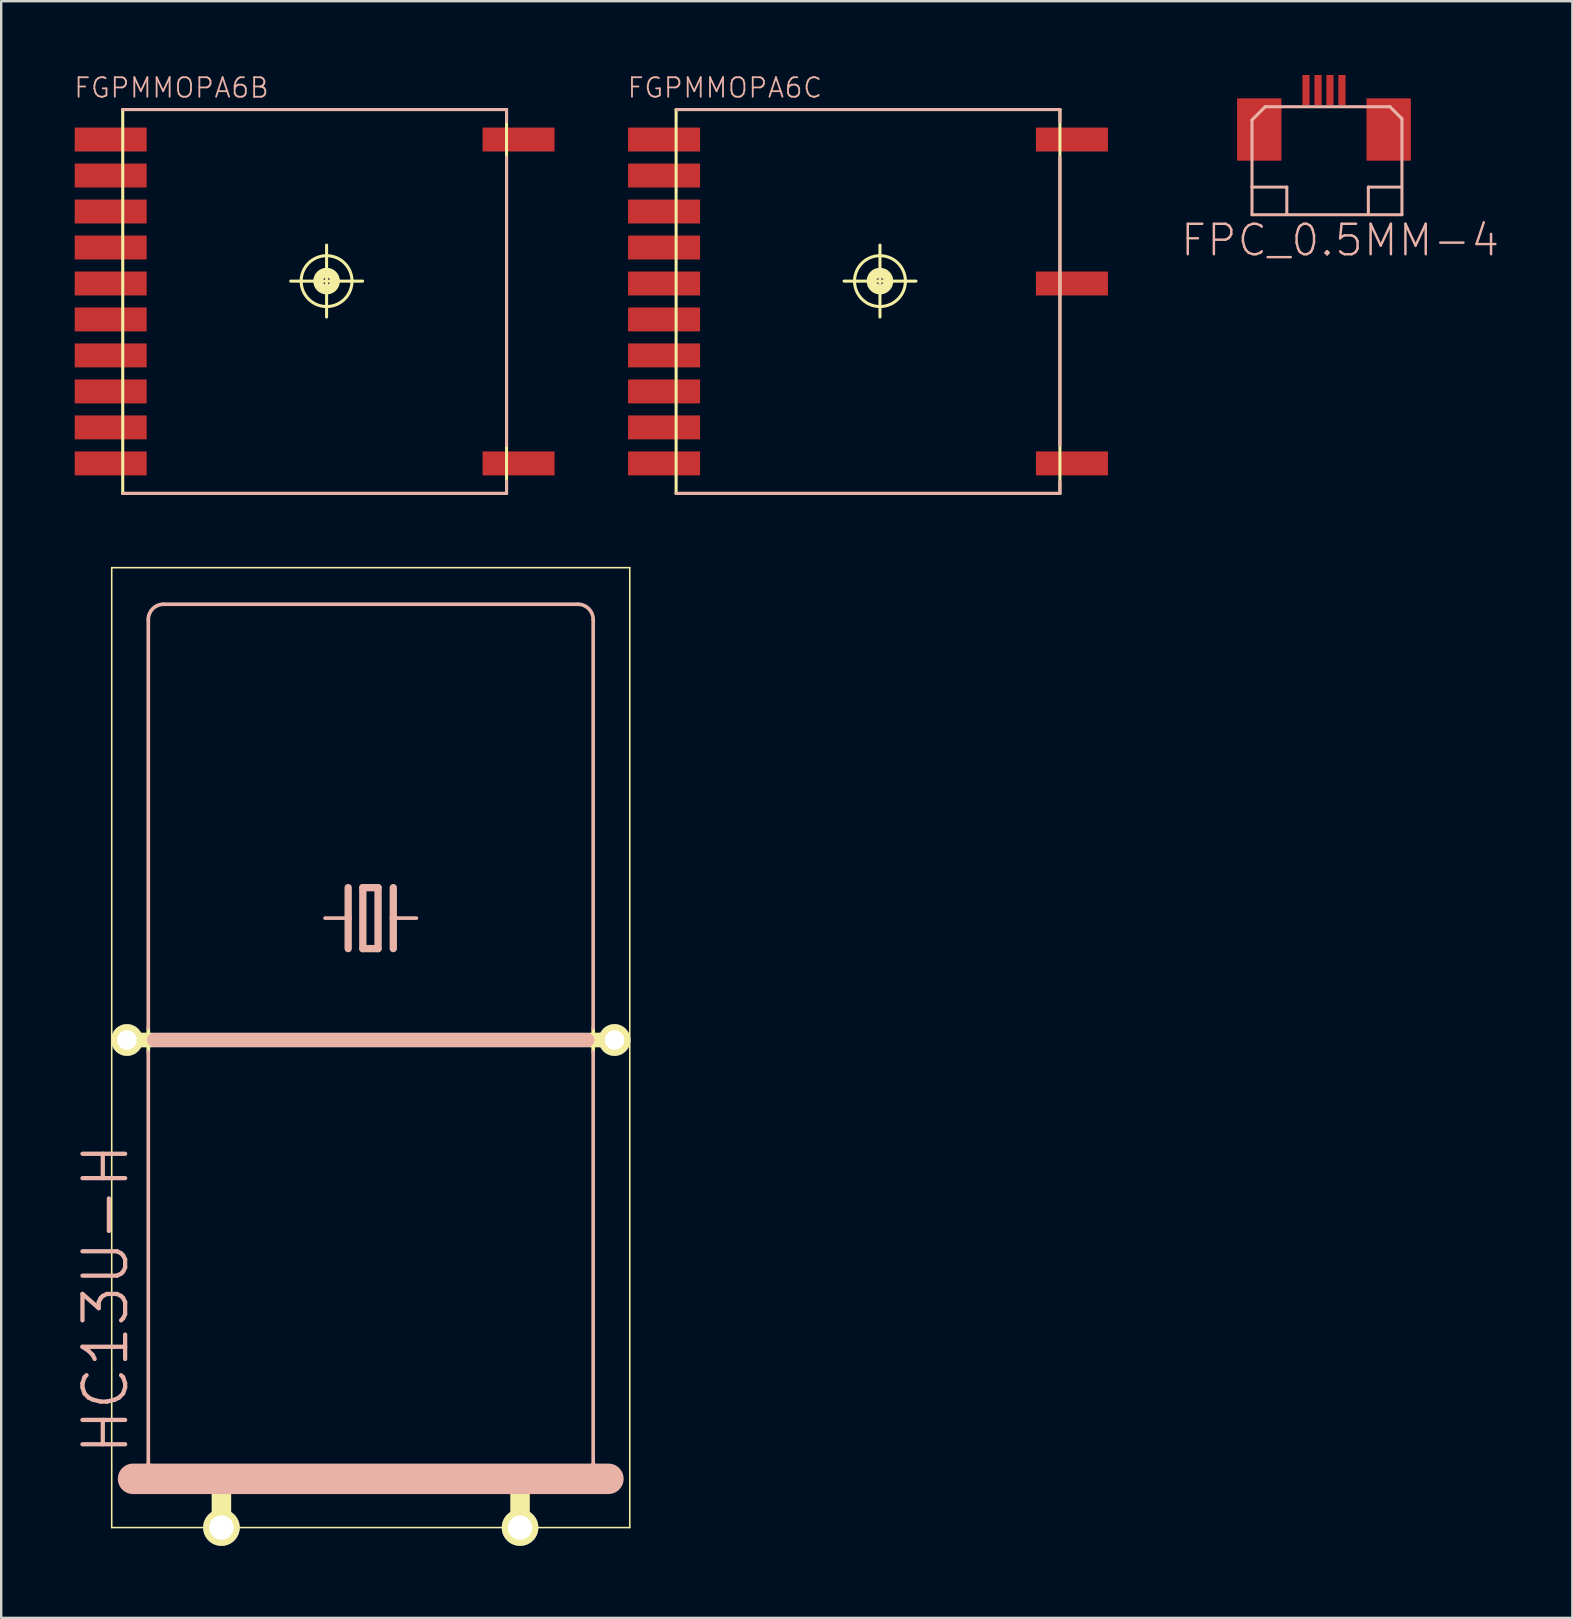
<source format=kicad_pcb>
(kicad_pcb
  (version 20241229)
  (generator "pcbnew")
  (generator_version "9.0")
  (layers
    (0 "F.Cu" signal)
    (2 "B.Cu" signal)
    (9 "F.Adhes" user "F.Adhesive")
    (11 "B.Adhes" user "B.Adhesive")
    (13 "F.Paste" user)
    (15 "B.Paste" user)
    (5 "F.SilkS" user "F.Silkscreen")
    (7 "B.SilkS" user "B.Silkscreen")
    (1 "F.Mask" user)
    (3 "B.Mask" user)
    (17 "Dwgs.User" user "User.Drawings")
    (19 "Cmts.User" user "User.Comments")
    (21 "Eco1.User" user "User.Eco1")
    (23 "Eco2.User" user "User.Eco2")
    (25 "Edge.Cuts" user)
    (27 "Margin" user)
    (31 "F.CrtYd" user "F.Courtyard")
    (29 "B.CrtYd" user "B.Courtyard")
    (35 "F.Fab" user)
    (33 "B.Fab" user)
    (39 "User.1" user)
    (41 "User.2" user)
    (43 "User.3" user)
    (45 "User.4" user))
  (footprint "HC13U-H"
    (layer "F.Cu")
    (at 12.401 55.534)
    (property "Reference" "HC13U-H" (at -11.049 -4.445 90) (layer "B.SilkS") (effects (font (size 1.778 1.778) (thickness 0.178))))
    (attr exclude_from_pos_files exclude_from_bom)
    (fp_line (start -10.795 -34.925) (end 10.795 -34.925) (stroke (width 0.066) (type solid)) (layer "F.SilkS"))
    (fp_line (start -10.795 5.08) (end -10.795 -34.925) (stroke (width 0.066) (type solid)) (layer "F.SilkS"))
    (fp_line (start -10.795 5.08) (end 10.795 5.08) (stroke (width 0.066) (type solid)) (layer "F.SilkS"))
    (fp_line (start -10.16 -15.24) (end -9.144 -15.24) (stroke (width 0.61) (type solid)) (layer "F.SilkS"))
    (fp_line (start -9.271 -15.748) (end -9.271 -14.732) (stroke (width 0.152) (type solid)) (layer "F.SilkS"))
    (fp_line (start -6.223 3.175) (end -6.223 5.08) (stroke (width 0.813) (type solid)) (layer "F.SilkS"))
    (fp_line (start 6.223 3.175) (end 6.223 5.08) (stroke (width 0.813) (type solid)) (layer "F.SilkS"))
    (fp_line (start 9.144 -15.24) (end 10.16 -15.24) (stroke (width 0.61) (type solid)) (layer "F.SilkS"))
    (fp_line (start 9.271 -15.748) (end 9.271 -14.732) (stroke (width 0.152) (type solid)) (layer "F.SilkS"))
    (fp_line (start 10.795 5.08) (end 10.795 -34.925) (stroke (width 0.066) (type solid)) (layer "F.SilkS"))
    (fp_line (start -9.906 3.048) (end -9.271 3.048) (stroke (width 1.27) (type solid)) (layer "B.SilkS"))
    (fp_line (start -9.271 -15.748) (end -9.271 -32.766) (stroke (width 0.152) (type solid)) (layer "B.SilkS"))
    (fp_line (start -9.271 -14.732) (end -9.271 3.048) (stroke (width 0.152) (type solid)) (layer "B.SilkS"))
    (fp_line (start -9.271 3.048) (end 9.271 3.048) (stroke (width 1.27) (type solid)) (layer "B.SilkS"))
    (fp_line (start -9.017 -15.24) (end 9.017 -15.24) (stroke (width 0.61) (type solid)) (layer "B.SilkS"))
    (fp_line (start -0.94 -21.59) (end -0.94 -20.32) (stroke (width 0.305) (type solid)) (layer "B.SilkS"))
    (fp_line (start -0.94 -20.32) (end -1.905 -20.32) (stroke (width 0.152) (type solid)) (layer "B.SilkS"))
    (fp_line (start -0.94 -20.32) (end -0.94 -19.05) (stroke (width 0.305) (type solid)) (layer "B.SilkS"))
    (fp_line (start -0.33 -21.59) (end -0.33 -19.05) (stroke (width 0.305) (type solid)) (layer "B.SilkS"))
    (fp_line (start -0.33 -19.05) (end 0.305 -19.05) (stroke (width 0.305) (type solid)) (layer "B.SilkS"))
    (fp_line (start 0.305 -21.59) (end -0.33 -21.59) (stroke (width 0.305) (type solid)) (layer "B.SilkS"))
    (fp_line (start 0.305 -19.05) (end 0.305 -21.59) (stroke (width 0.305) (type solid)) (layer "B.SilkS"))
    (fp_line (start 0.94 -21.59) (end 0.94 -20.32) (stroke (width 0.305) (type solid)) (layer "B.SilkS"))
    (fp_line (start 0.94 -20.32) (end 0.94 -19.05) (stroke (width 0.305) (type solid)) (layer "B.SilkS"))
    (fp_line (start 0.94 -20.32) (end 1.905 -20.32) (stroke (width 0.152) (type solid)) (layer "B.SilkS"))
    (fp_line (start 8.636 -33.401) (end -8.636 -33.401) (stroke (width 0.152) (type solid)) (layer "B.SilkS"))
    (fp_line (start 9.271 -15.748) (end 9.271 -32.766) (stroke (width 0.152) (type solid)) (layer "B.SilkS"))
    (fp_line (start 9.271 -14.732) (end 9.271 3.048) (stroke (width 0.152) (type solid)) (layer "B.SilkS"))
    (fp_line (start 9.271 3.048) (end 9.906 3.048) (stroke (width 1.27) (type solid)) (layer "B.SilkS"))
    (fp_arc (start -9.271 -32.766) (mid -9.085013 -33.215013) (end -8.636 -33.401) (stroke (width 0.1524) (type solid)) (layer "B.SilkS"))
    (fp_arc (start 8.636 -33.401) (mid 9.085013 -33.215013) (end 9.271 -32.766) (stroke (width 0.1524) (type solid)) (layer "B.SilkS"))
    (pad "1" thru_hole circle (at -6.223 5.08) (size 1.524 1.524) (drill 1.016) (layers "*.Cu" "F.Mask" "F.SilkS" "F.Paste"))
    (pad "2" thru_hole circle (at 6.223 5.08) (size 1.524 1.524) (drill 1.016) (layers "*.Cu" "F.Mask" "F.SilkS" "F.Paste"))
    (pad "M" thru_hole circle (at -10.16 -15.24) (size 1.321 1.321) (drill 0.813) (layers "*.Cu" "F.Mask" "F.SilkS" "F.Paste"))
    (pad "M1" thru_hole circle (at 10.16 -15.24) (size 1.321 1.321) (drill 0.813) (layers "*.Cu" "F.Mask" "F.SilkS" "F.Paste")))
  (footprint "FPC_0.5MM-4"
    (layer "F.Cu")
    (at 52.129 0.25)
    (property "Reference" "FPC_0.5MM-4" (at 0.673 6.713 0) (layer "B.SilkS") (effects (font (size 1.27 1.27) (thickness 0.102))))
    (attr smd)
    (fp_line (start -3 1.699) (end -2.449 1.148) (stroke (width 0.127) (type solid)) (layer "B.SilkS"))
    (fp_line (start -3 4.498) (end -3 1.699) (stroke (width 0.127) (type solid)) (layer "B.SilkS"))
    (fp_line (start -3 4.498) (end -1.549 4.498) (stroke (width 0.127) (type solid)) (layer "B.SilkS"))
    (fp_line (start -3 5.649) (end -3 4.498) (stroke (width 0.127) (type solid)) (layer "B.SilkS"))
    (fp_line (start -2.449 1.148) (end 2.748 1.148) (stroke (width 0.127) (type solid)) (layer "B.SilkS"))
    (fp_line (start -1.549 4.498) (end -1.549 5.598) (stroke (width 0.127) (type solid)) (layer "B.SilkS"))
    (fp_line (start 1.849 4.498) (end 1.849 5.598) (stroke (width 0.127) (type solid)) (layer "B.SilkS"))
    (fp_line (start 2.748 1.148) (end 3.249 1.648) (stroke (width 0.127) (type solid)) (layer "B.SilkS"))
    (fp_line (start 3.198 4.498) (end 1.849 4.498) (stroke (width 0.127) (type solid)) (layer "B.SilkS"))
    (fp_line (start 3.249 1.648) (end 3.249 5.649) (stroke (width 0.127) (type solid)) (layer "B.SilkS"))
    (fp_line (start 3.249 5.649) (end -3 5.649) (stroke (width 0.127) (type solid)) (layer "B.SilkS"))
    (pad "1" smd rect (at -0.749 0.45 90) (size 1.25 0.3) (layers "F.Cu" "F.Mask" "F.Paste"))
    (pad "2" smd rect (at -0.249 0.45 90) (size 1.25 0.3) (layers "F.Cu" "F.Mask" "F.Paste"))
    (pad "3" smd rect (at 0.249 0.45 90) (size 1.25 0.3) (layers "F.Cu" "F.Mask" "F.Paste"))
    (pad "4" smd rect (at 0.749 0.45 90) (size 1.25 0.3) (layers "F.Cu" "F.Mask" "F.Paste"))
    (pad "MT" smd rect (at -2.697 2.098 90) (size 2.598 1.849) (layers "F.Cu" "F.Mask" "F.Paste"))
    (pad "MT2" smd rect (at 2.697 2.098 90) (size 2.598 1.849) (layers "F.Cu" "F.Mask" "F.Paste")))
  (footprint "FGPMMOPA6C"
    (layer "F.Cu")
    (at 33.126 9.514)
    (property "Reference" "FGPMMOPA6C" (at -5.966 -8.905 0) (layer "B.SilkS") (effects (font (size 0.813 0.813) (thickness 0.076))))
    (attr smd)
    (fp_line (start -7.998 -7.998) (end 7.998 -7.998) (stroke (width 0.127) (type solid)) (layer "F.SilkS"))
    (fp_line (start -7.998 7.998) (end -7.998 -7.998) (stroke (width 0.127) (type solid)) (layer "F.SilkS"))
    (fp_line (start -0.998 -0.848) (end 1.999 -0.848) (stroke (width 0.127) (type solid)) (layer "F.SilkS"))
    (fp_line (start 0.498 0.648) (end 0.498 -2.349) (stroke (width 0.127) (type solid)) (layer "F.SilkS"))
    (fp_line (start 7.998 -7.998) (end 7.998 7.998) (stroke (width 0.127) (type solid)) (layer "F.SilkS"))
    (fp_line (start 7.998 7.998) (end -7.998 7.998) (stroke (width 0.127) (type solid)) (layer "F.SilkS"))
    (fp_circle (center 0.498 -0.848) (end 0.747 -1.097) (stroke (width 0.406) (type solid)) (fill no) (layer "F.SilkS"))
    (fp_circle (center 0.498 -0.848) (end 1.247 -1.598) (stroke (width 0.127) (type solid)) (fill no) (layer "F.SilkS"))
    (fp_line (start -7.998 -7.998) (end 7.998 -7.998) (stroke (width 0.127) (type solid)) (layer "B.SilkS"))
    (fp_line (start 7.998 -7.998) (end 7.998 -7.498) (stroke (width 0.127) (type solid)) (layer "B.SilkS"))
    (fp_line (start 7.998 -5.999) (end 7.998 5.999) (stroke (width 0.127) (type solid)) (layer "B.SilkS"))
    (fp_line (start 7.998 7.498) (end 7.998 7.998) (stroke (width 0.127) (type solid)) (layer "B.SilkS"))
    (fp_line (start 7.998 7.998) (end -7.998 7.998) (stroke (width 0.127) (type solid)) (layer "B.SilkS"))
    (pad "P$1" smd rect (at -8.499 -6.749) (size 3 0.998) (layers "F.Cu" "F.Mask" "F.Paste"))
    (pad "P$2" smd rect (at -8.499 -5.248) (size 3 0.998) (layers "F.Cu" "F.Mask" "F.Paste"))
    (pad "P$3" smd rect (at -8.499 -3.749) (size 3 0.998) (layers "F.Cu" "F.Mask" "F.Paste"))
    (pad "P$4" smd rect (at -8.499 -2.248) (size 3 0.998) (layers "F.Cu" "F.Mask" "F.Paste"))
    (pad "P$5" smd rect (at -8.499 -0.749) (size 3 0.998) (layers "F.Cu" "F.Mask" "F.Paste"))
    (pad "P$6" smd rect (at -8.499 0.749) (size 3 0.998) (layers "F.Cu" "F.Mask" "F.Paste"))
    (pad "P$7" smd rect (at -8.499 2.248) (size 3 0.998) (layers "F.Cu" "F.Mask" "F.Paste"))
    (pad "P$8" smd rect (at -8.499 3.749) (size 3 0.998) (layers "F.Cu" "F.Mask" "F.Paste"))
    (pad "P$9" smd rect (at -8.499 5.248) (size 3 0.998) (layers "F.Cu" "F.Mask" "F.Paste"))
    (pad "P$10" smd rect (at -8.499 6.749) (size 3 0.998) (layers "F.Cu" "F.Mask" "F.Paste"))
    (pad "P$11" smd rect (at 8.499 6.749 180) (size 3 0.998) (layers "F.Cu" "F.Mask" "F.Paste"))
    (pad "P$12" smd rect (at 8.499 -0.749 180) (size 3 0.998) (layers "F.Cu" "F.Mask" "F.Paste"))
    (pad "P$13" smd rect (at 8.499 -6.749 180) (size 3 0.998) (layers "F.Cu" "F.Mask" "F.Paste")))
  (footprint "FGPMMOPA6B"
    (layer "F.Cu")
    (at 10.063 9.514)
    (property "Reference" "FGPMMOPA6B" (at -5.966 -8.905 0) (layer "B.SilkS") (effects (font (size 0.813 0.813) (thickness 0.076))))
    (attr smd)
    (fp_line (start -7.998 -7.998) (end 7.998 -7.998) (stroke (width 0.127) (type solid)) (layer "F.SilkS"))
    (fp_line (start -7.998 7.998) (end -7.998 -7.998) (stroke (width 0.127) (type solid)) (layer "F.SilkS"))
    (fp_line (start -0.998 -0.848) (end 1.999 -0.848) (stroke (width 0.127) (type solid)) (layer "F.SilkS"))
    (fp_line (start 0.498 0.648) (end 0.498 -2.349) (stroke (width 0.127) (type solid)) (layer "F.SilkS"))
    (fp_line (start 7.998 -7.998) (end 7.998 7.998) (stroke (width 0.127) (type solid)) (layer "F.SilkS"))
    (fp_line (start 7.998 7.998) (end -7.998 7.998) (stroke (width 0.127) (type solid)) (layer "F.SilkS"))
    (fp_circle (center 0.498 -0.848) (end 0.747 -1.097) (stroke (width 0.406) (type solid)) (fill no) (layer "F.SilkS"))
    (fp_circle (center 0.498 -0.848) (end 1.247 -1.598) (stroke (width 0.127) (type solid)) (fill no) (layer "F.SilkS"))
    (fp_line (start -7.998 -7.998) (end 7.998 -7.998) (stroke (width 0.127) (type solid)) (layer "B.SilkS"))
    (fp_line (start 7.998 -7.998) (end 7.998 -7.498) (stroke (width 0.127) (type solid)) (layer "B.SilkS"))
    (fp_line (start 7.998 -5.999) (end 7.998 5.999) (stroke (width 0.127) (type solid)) (layer "B.SilkS"))
    (fp_line (start 7.998 7.498) (end 7.998 7.998) (stroke (width 0.127) (type solid)) (layer "B.SilkS"))
    (fp_line (start 7.998 7.998) (end -7.998 7.998) (stroke (width 0.127) (type solid)) (layer "B.SilkS"))
    (pad "P$1" smd rect (at -8.499 -6.749) (size 3 0.998) (layers "F.Cu" "F.Mask" "F.Paste"))
    (pad "P$2" smd rect (at -8.499 -5.248) (size 3 0.998) (layers "F.Cu" "F.Mask" "F.Paste"))
    (pad "P$3" smd rect (at -8.499 -3.749) (size 3 0.998) (layers "F.Cu" "F.Mask" "F.Paste"))
    (pad "P$4" smd rect (at -8.499 -2.248) (size 3 0.998) (layers "F.Cu" "F.Mask" "F.Paste"))
    (pad "P$5" smd rect (at -8.499 -0.749) (size 3 0.998) (layers "F.Cu" "F.Mask" "F.Paste"))
    (pad "P$6" smd rect (at -8.499 0.749) (size 3 0.998) (layers "F.Cu" "F.Mask" "F.Paste"))
    (pad "P$7" smd rect (at -8.499 2.248) (size 3 0.998) (layers "F.Cu" "F.Mask" "F.Paste"))
    (pad "P$8" smd rect (at -8.499 3.749) (size 3 0.998) (layers "F.Cu" "F.Mask" "F.Paste"))
    (pad "P$9" smd rect (at -8.499 5.248) (size 3 0.998) (layers "F.Cu" "F.Mask" "F.Paste"))
    (pad "P$10" smd rect (at -8.499 6.749) (size 3 0.998) (layers "F.Cu" "F.Mask" "F.Paste"))
    (pad "P$11" smd rect (at 8.499 -6.749 180) (size 3 0.998) (layers "F.Cu" "F.Mask" "F.Paste"))
    (pad "P$12" smd rect (at 8.499 6.749 180) (size 3 0.998) (layers "F.Cu" "F.Mask" "F.Paste")))
  (gr_rect
    (start -3 -3)
    (end 62.48 64.376)
    (stroke (width 0.1) (type default))
    (fill no)
    (layer "Edge.Cuts")))
</source>
